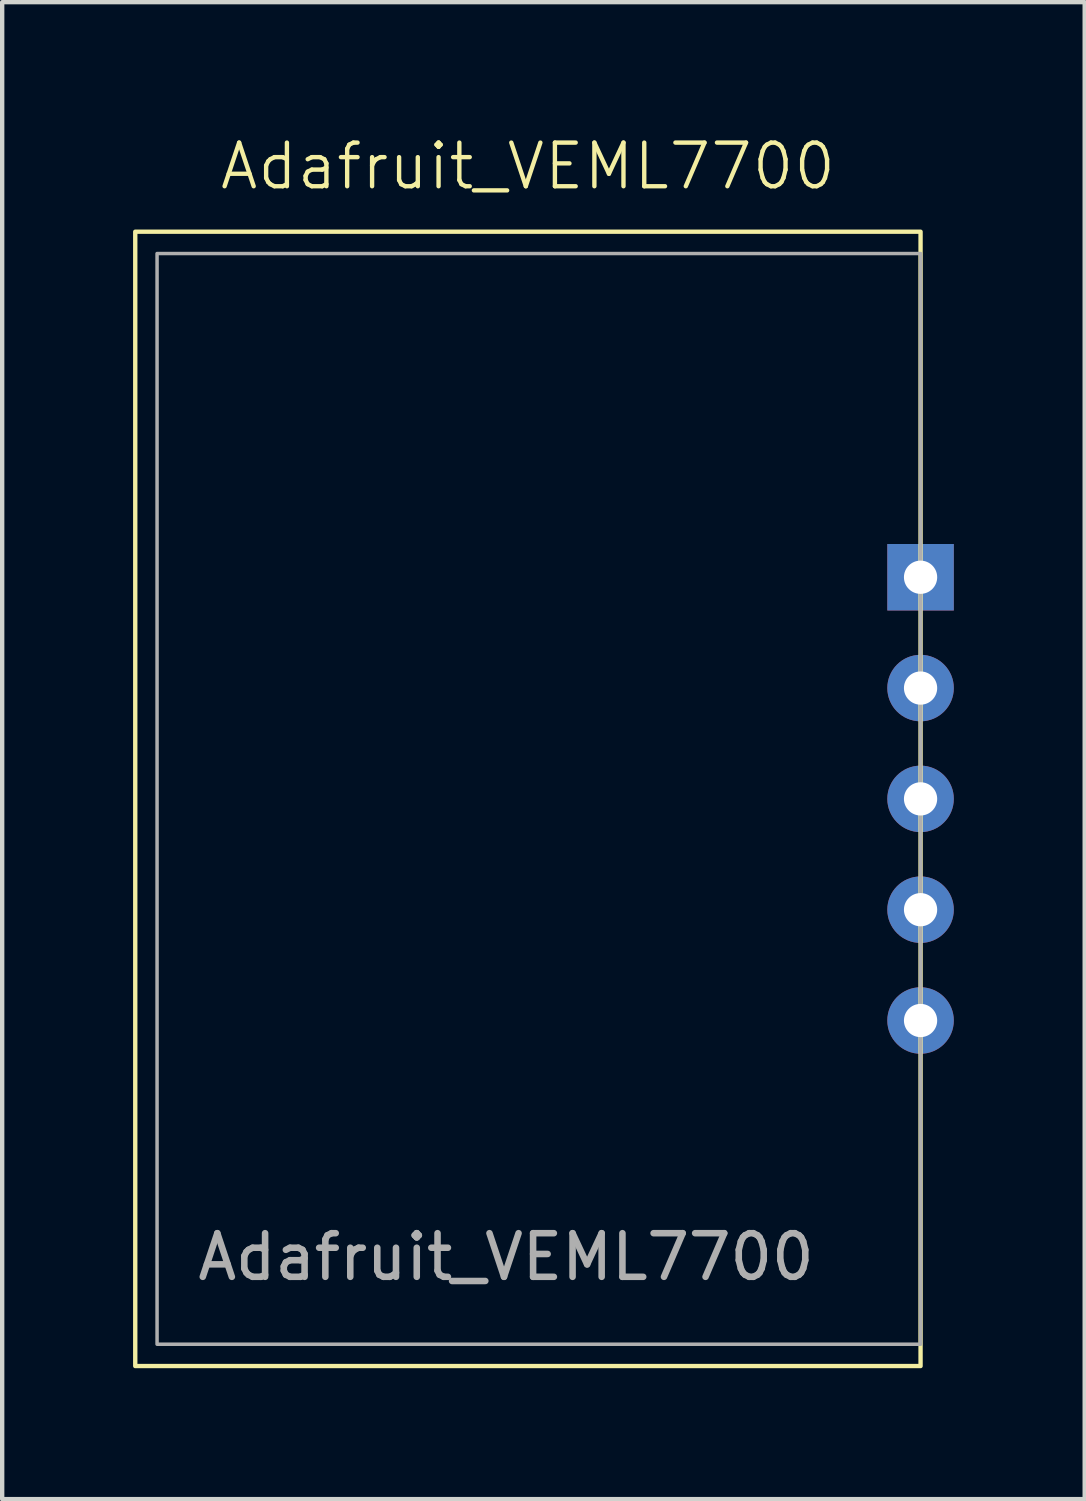
<source format=kicad_pcb>
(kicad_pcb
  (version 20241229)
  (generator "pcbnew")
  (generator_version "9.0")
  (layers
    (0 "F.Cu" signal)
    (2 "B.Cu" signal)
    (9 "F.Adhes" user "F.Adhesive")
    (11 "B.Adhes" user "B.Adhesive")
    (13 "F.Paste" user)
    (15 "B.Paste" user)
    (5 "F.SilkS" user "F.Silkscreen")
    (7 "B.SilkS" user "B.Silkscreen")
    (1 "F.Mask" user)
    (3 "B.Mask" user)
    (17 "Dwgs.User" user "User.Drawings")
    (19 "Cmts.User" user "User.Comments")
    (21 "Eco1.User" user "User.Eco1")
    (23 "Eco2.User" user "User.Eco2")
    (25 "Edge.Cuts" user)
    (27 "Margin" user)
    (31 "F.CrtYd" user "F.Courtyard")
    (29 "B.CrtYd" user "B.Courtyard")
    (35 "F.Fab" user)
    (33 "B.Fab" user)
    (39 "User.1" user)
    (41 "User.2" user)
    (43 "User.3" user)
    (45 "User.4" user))
  (footprint "Adafruit_VEML7700"
    (layer "F.Cu")
    (at 9.05 15.261)
    (property "Reference" "Adafruit_VEML7700" (at 0 -14.5 0) (unlocked yes) (layer "F.SilkS") (effects (font (size 1 1) (thickness 0.1))))
    (attr through_hole)
    (fp_rect (start -9 -13) (end 9 13) (stroke (width 0.1) (type default)) (fill no) (layer "F.SilkS"))
    (fp_rect (start -8.5 -12.5) (end 9 12.5) (stroke (width 0.08) (type default)) (fill no) (layer "F.Fab"))
    (fp_text user "${REFERENCE}" (at -0.5 10.5 0) (unlocked yes) (layer "F.Fab") (effects (font (size 1 1) (thickness 0.15))))
    (pad "1" thru_hole rect (at 9 -5.08) (size 1.524 1.524) (drill 0.762) (layers "*.Cu" "*.Mask"))
    (pad "2" thru_hole circle (at 9 -2.54) (size 1.524 1.524) (drill 0.762) (layers "*.Cu" "*.Mask"))
    (pad "3" thru_hole circle (at 9 0) (size 1.524 1.524) (drill 0.762) (layers "*.Cu" "*.Mask"))
    (pad "4" thru_hole circle (at 9 2.54) (size 1.524 1.524) (drill 0.762) (layers "*.Cu" "*.Mask"))
    (pad "5" thru_hole circle (at 9 5.08) (size 1.524 1.524) (drill 0.762) (layers "*.Cu" "*.Mask")))
  (gr_rect
    (start -3 -3)
    (end 21.812 31.311)
    (stroke (width 0.1) (type default))
    (fill no)
    (layer "Edge.Cuts")))
</source>
